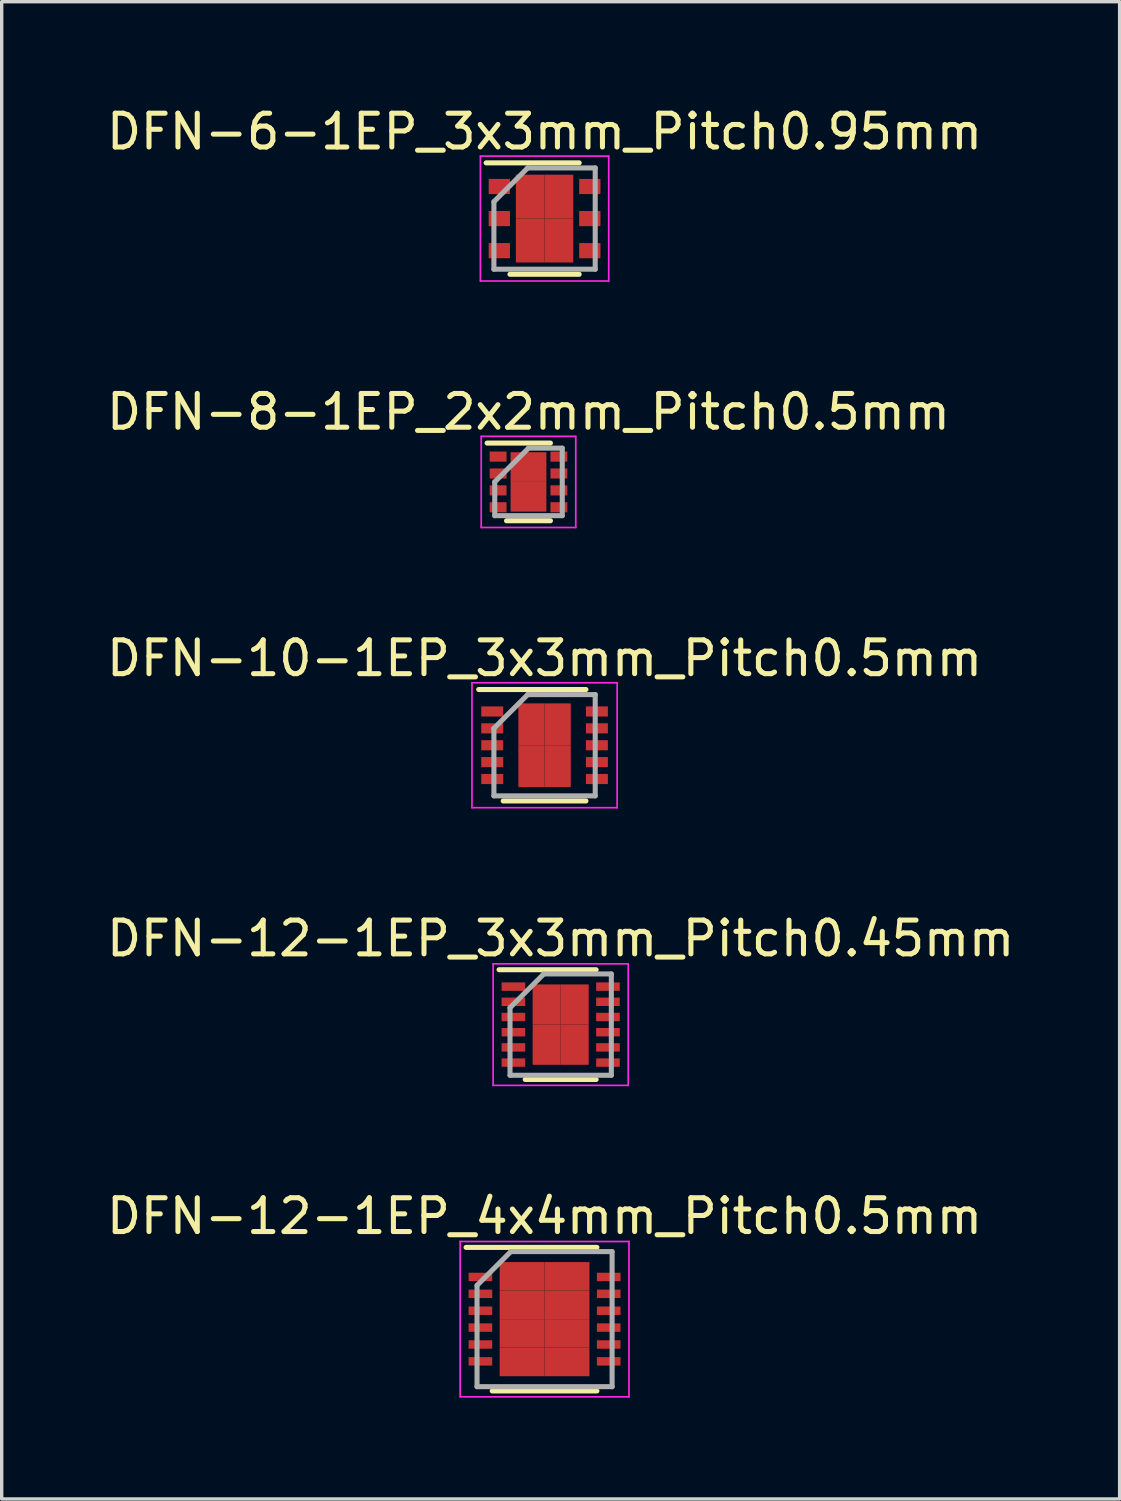
<source format=kicad_pcb>
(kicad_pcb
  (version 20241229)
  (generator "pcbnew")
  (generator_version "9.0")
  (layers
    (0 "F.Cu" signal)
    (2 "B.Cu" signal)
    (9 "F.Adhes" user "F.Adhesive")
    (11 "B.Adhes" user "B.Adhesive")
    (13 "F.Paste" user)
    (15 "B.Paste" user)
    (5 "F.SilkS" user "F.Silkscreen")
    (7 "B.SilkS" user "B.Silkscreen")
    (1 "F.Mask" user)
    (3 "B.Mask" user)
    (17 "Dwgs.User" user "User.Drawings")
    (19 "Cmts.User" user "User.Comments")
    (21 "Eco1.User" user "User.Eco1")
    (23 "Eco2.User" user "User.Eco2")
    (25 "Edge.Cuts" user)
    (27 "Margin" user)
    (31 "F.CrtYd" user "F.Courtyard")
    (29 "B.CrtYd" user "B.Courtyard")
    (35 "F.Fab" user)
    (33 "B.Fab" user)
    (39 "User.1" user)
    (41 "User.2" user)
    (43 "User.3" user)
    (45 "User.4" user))
  (footprint "DFN-8-1EP_2x2mm_Pitch0.5mm"
    (layer "F.Cu")
    (at 12.601 11.222)
    (property "Reference" "DFN-8-1EP_2x2mm_Pitch0.5mm" (at 0 -2.075 0) (layer "F.SilkS") (effects (font (size 1 1) (thickness 0.15))))
    (attr smd)
    (fp_line (start -1.225 -1.15) (end 0.65 -1.15) (stroke (width 0.15) (type solid)) (layer "F.SilkS"))
    (fp_line (start -0.65 1.15) (end 0.65 1.15) (stroke (width 0.15) (type solid)) (layer "F.SilkS"))
    (fp_line (start -1.4 -1.35) (end -1.4 1.35) (stroke (width 0.05) (type solid)) (layer "F.CrtYd"))
    (fp_line (start -1.4 -1.35) (end 1.4 -1.35) (stroke (width 0.05) (type solid)) (layer "F.CrtYd"))
    (fp_line (start -1.4 1.35) (end 1.4 1.35) (stroke (width 0.05) (type solid)) (layer "F.CrtYd"))
    (fp_line (start 1.4 -1.35) (end 1.4 1.35) (stroke (width 0.05) (type solid)) (layer "F.CrtYd"))
    (fp_line (start -1 0) (end 0 -1) (stroke (width 0.15) (type solid)) (layer "F.Fab"))
    (fp_line (start -1 1) (end -1 0) (stroke (width 0.15) (type solid)) (layer "F.Fab"))
    (fp_line (start 0 -1) (end 1 -1) (stroke (width 0.15) (type solid)) (layer "F.Fab"))
    (fp_line (start 1 -1) (end 1 1) (stroke (width 0.15) (type solid)) (layer "F.Fab"))
    (fp_line (start 1 1) (end -1 1) (stroke (width 0.15) (type solid)) (layer "F.Fab"))
    (pad "1" smd rect (at -0.9 -0.75) (size 0.5 0.3) (layers "F.Cu" "F.Mask" "F.Paste"))
    (pad "2" smd rect (at -0.9 -0.25) (size 0.5 0.3) (layers "F.Cu" "F.Mask" "F.Paste"))
    (pad "3" smd rect (at -0.9 0.25) (size 0.5 0.3) (layers "F.Cu" "F.Mask" "F.Paste"))
    (pad "4" smd rect (at -0.9 0.75) (size 0.5 0.3) (layers "F.Cu" "F.Mask" "F.Paste"))
    (pad "5" smd rect (at 0.9 0.75) (size 0.5 0.3) (layers "F.Cu" "F.Mask" "F.Paste"))
    (pad "6" smd rect (at 0.9 0.25) (size 0.5 0.3) (layers "F.Cu" "F.Mask" "F.Paste"))
    (pad "7" smd rect (at 0.9 -0.25) (size 0.5 0.3) (layers "F.Cu" "F.Mask" "F.Paste"))
    (pad "8" smd rect (at 0.9 -0.75) (size 0.5 0.3) (layers "F.Cu" "F.Mask" "F.Paste"))
    (pad "9" smd rect (at 0 -0.44) (size 1.06 0.88) (layers "F.Cu" "F.Mask" "F.Paste"))
    (pad "9" smd rect (at 0 0.44) (size 1.06 0.88) (layers "F.Cu" "F.Mask" "F.Paste")))
  (footprint "DFN-6-1EP_3x3mm_Pitch0.95mm"
    (layer "F.Cu")
    (at 13.077 3.423)
    (property "Reference" "DFN-6-1EP_3x3mm_Pitch0.95mm" (at 0 -2.575 0) (layer "F.SilkS") (effects (font (size 1 1) (thickness 0.15))))
    (attr smd)
    (fp_line (start -1.73 -1.65) (end 1.025 -1.65) (stroke (width 0.15) (type solid)) (layer "F.SilkS"))
    (fp_line (start -1.025 1.65) (end 1.025 1.65) (stroke (width 0.15) (type solid)) (layer "F.SilkS"))
    (fp_line (start -1.9 -1.85) (end -1.9 1.85) (stroke (width 0.05) (type solid)) (layer "F.CrtYd"))
    (fp_line (start -1.9 -1.85) (end 1.9 -1.85) (stroke (width 0.05) (type solid)) (layer "F.CrtYd"))
    (fp_line (start -1.9 1.85) (end 1.9 1.85) (stroke (width 0.05) (type solid)) (layer "F.CrtYd"))
    (fp_line (start 1.9 -1.85) (end 1.9 1.85) (stroke (width 0.05) (type solid)) (layer "F.CrtYd"))
    (fp_line (start -1.5 -0.5) (end -0.5 -1.5) (stroke (width 0.15) (type solid)) (layer "F.Fab"))
    (fp_line (start -1.5 1.5) (end -1.5 -0.5) (stroke (width 0.15) (type solid)) (layer "F.Fab"))
    (fp_line (start -0.5 -1.5) (end 1.5 -1.5) (stroke (width 0.15) (type solid)) (layer "F.Fab"))
    (fp_line (start 1.5 -1.5) (end 1.5 1.5) (stroke (width 0.15) (type solid)) (layer "F.Fab"))
    (fp_line (start 1.5 1.5) (end -1.5 1.5) (stroke (width 0.15) (type solid)) (layer "F.Fab"))
    (pad "1" smd rect (at -1.34 -0.95) (size 0.63 0.45) (layers "F.Cu" "F.Mask" "F.Paste"))
    (pad "2" smd rect (at -1.34 0) (size 0.63 0.45) (layers "F.Cu" "F.Mask" "F.Paste"))
    (pad "3" smd rect (at -1.34 0.95) (size 0.63 0.45) (layers "F.Cu" "F.Mask" "F.Paste"))
    (pad "4" smd rect (at 1.34 0.95) (size 0.63 0.45) (layers "F.Cu" "F.Mask" "F.Paste"))
    (pad "5" smd rect (at 1.34 0) (size 0.63 0.45) (layers "F.Cu" "F.Mask" "F.Paste"))
    (pad "6" smd rect (at 1.34 -0.95) (size 0.63 0.45) (layers "F.Cu" "F.Mask" "F.Paste"))
    (pad "7" smd rect (at -0.425 -0.65) (size 0.85 1.3) (layers "F.Cu" "F.Mask" "F.Paste"))
    (pad "7" smd rect (at -0.425 0.65) (size 0.85 1.3) (layers "F.Cu" "F.Mask" "F.Paste"))
    (pad "7" smd rect (at 0.425 -0.65) (size 0.85 1.3) (layers "F.Cu" "F.Mask" "F.Paste"))
    (pad "7" smd rect (at 0.425 0.65) (size 0.85 1.3) (layers "F.Cu" "F.Mask" "F.Paste")))
  (footprint "DFN-12-1EP_4x4mm_Pitch0.5mm"
    (layer "F.Cu")
    (at 13.077 36.016)
    (property "Reference" "DFN-12-1EP_4x4mm_Pitch0.5mm" (at 0 -3.05 0) (layer "F.SilkS") (effects (font (size 1 1) (thickness 0.15))))
    (attr smd)
    (fp_line (start -2.325 -2.125) (end 1.55 -2.125) (stroke (width 0.15) (type solid)) (layer "F.SilkS"))
    (fp_line (start -1.55 2.125) (end 1.55 2.125) (stroke (width 0.15) (type solid)) (layer "F.SilkS"))
    (fp_line (start -2.5 -2.3) (end -2.5 2.3) (stroke (width 0.05) (type solid)) (layer "F.CrtYd"))
    (fp_line (start -2.5 -2.3) (end 2.5 -2.3) (stroke (width 0.05) (type solid)) (layer "F.CrtYd"))
    (fp_line (start -2.5 2.3) (end 2.5 2.3) (stroke (width 0.05) (type solid)) (layer "F.CrtYd"))
    (fp_line (start 2.5 -2.3) (end 2.5 2.3) (stroke (width 0.05) (type solid)) (layer "F.CrtYd"))
    (fp_line (start -2 -1) (end -1 -2) (stroke (width 0.15) (type solid)) (layer "F.Fab"))
    (fp_line (start -2 2) (end -2 -1) (stroke (width 0.15) (type solid)) (layer "F.Fab"))
    (fp_line (start -1 -2) (end 2 -2) (stroke (width 0.15) (type solid)) (layer "F.Fab"))
    (fp_line (start 2 -2) (end 2 2) (stroke (width 0.15) (type solid)) (layer "F.Fab"))
    (fp_line (start 2 2) (end -2 2) (stroke (width 0.15) (type solid)) (layer "F.Fab"))
    (pad "1" smd rect (at -1.9 -1.25) (size 0.7 0.25) (layers "F.Cu" "F.Mask" "F.Paste"))
    (pad "2" smd rect (at -1.9 -0.75) (size 0.7 0.25) (layers "F.Cu" "F.Mask" "F.Paste"))
    (pad "3" smd rect (at -1.9 -0.25) (size 0.7 0.25) (layers "F.Cu" "F.Mask" "F.Paste"))
    (pad "4" smd rect (at -1.9 0.25) (size 0.7 0.25) (layers "F.Cu" "F.Mask" "F.Paste"))
    (pad "5" smd rect (at -1.9 0.75) (size 0.7 0.25) (layers "F.Cu" "F.Mask" "F.Paste"))
    (pad "6" smd rect (at -1.9 1.25) (size 0.7 0.25) (layers "F.Cu" "F.Mask" "F.Paste"))
    (pad "7" smd rect (at 1.9 1.25) (size 0.7 0.25) (layers "F.Cu" "F.Mask" "F.Paste"))
    (pad "8" smd rect (at 1.9 0.75) (size 0.7 0.25) (layers "F.Cu" "F.Mask" "F.Paste"))
    (pad "9" smd rect (at 1.9 0.25) (size 0.7 0.25) (layers "F.Cu" "F.Mask" "F.Paste"))
    (pad "10" smd rect (at 1.9 -0.25) (size 0.7 0.25) (layers "F.Cu" "F.Mask" "F.Paste"))
    (pad "11" smd rect (at 1.9 -0.75) (size 0.7 0.25) (layers "F.Cu" "F.Mask" "F.Paste"))
    (pad "12" smd rect (at 1.9 -1.25) (size 0.7 0.25) (layers "F.Cu" "F.Mask" "F.Paste"))
    (pad "13" smd rect (at -0.665 -1.268) (size 1.33 0.845) (layers "F.Cu" "F.Mask" "F.Paste"))
    (pad "13" smd rect (at -0.665 -0.422) (size 1.33 0.845) (layers "F.Cu" "F.Mask" "F.Paste"))
    (pad "13" smd rect (at -0.665 0.422) (size 1.33 0.845) (layers "F.Cu" "F.Mask" "F.Paste"))
    (pad "13" smd rect (at -0.665 1.268) (size 1.33 0.845) (layers "F.Cu" "F.Mask" "F.Paste"))
    (pad "13" smd rect (at 0.665 -1.268) (size 1.33 0.845) (layers "F.Cu" "F.Mask" "F.Paste"))
    (pad "13" smd rect (at 0.665 -0.422) (size 1.33 0.845) (layers "F.Cu" "F.Mask" "F.Paste"))
    (pad "13" smd rect (at 0.665 0.422) (size 1.33 0.845) (layers "F.Cu" "F.Mask" "F.Paste"))
    (pad "13" smd rect (at 0.665 1.268) (size 1.33 0.845) (layers "F.Cu" "F.Mask" "F.Paste")))
  (footprint "DFN-10-1EP_3x3mm_Pitch0.5mm"
    (layer "F.Cu")
    (at 13.077 19.02)
    (property "Reference" "DFN-10-1EP_3x3mm_Pitch0.5mm" (at 0 -2.575 0) (layer "F.SilkS") (effects (font (size 1 1) (thickness 0.15))))
    (attr smd)
    (fp_line (start -1.95 -1.65) (end 1.225 -1.65) (stroke (width 0.15) (type solid)) (layer "F.SilkS"))
    (fp_line (start -1.225 1.65) (end 1.225 1.65) (stroke (width 0.15) (type solid)) (layer "F.SilkS"))
    (fp_line (start -2.15 -1.85) (end -2.15 1.85) (stroke (width 0.05) (type solid)) (layer "F.CrtYd"))
    (fp_line (start -2.15 -1.85) (end 2.15 -1.85) (stroke (width 0.05) (type solid)) (layer "F.CrtYd"))
    (fp_line (start -2.15 1.85) (end 2.15 1.85) (stroke (width 0.05) (type solid)) (layer "F.CrtYd"))
    (fp_line (start 2.15 -1.85) (end 2.15 1.85) (stroke (width 0.05) (type solid)) (layer "F.CrtYd"))
    (fp_line (start -1.5 -0.5) (end -0.5 -1.5) (stroke (width 0.15) (type solid)) (layer "F.Fab"))
    (fp_line (start -1.5 1.5) (end -1.5 -0.5) (stroke (width 0.15) (type solid)) (layer "F.Fab"))
    (fp_line (start -0.5 -1.5) (end 1.5 -1.5) (stroke (width 0.15) (type solid)) (layer "F.Fab"))
    (fp_line (start 1.5 -1.5) (end 1.5 1.5) (stroke (width 0.15) (type solid)) (layer "F.Fab"))
    (fp_line (start 1.5 1.5) (end -1.5 1.5) (stroke (width 0.15) (type solid)) (layer "F.Fab"))
    (pad "1" smd rect (at -1.55 -1) (size 0.65 0.3) (layers "F.Cu" "F.Mask" "F.Paste"))
    (pad "2" smd rect (at -1.55 -0.5) (size 0.65 0.3) (layers "F.Cu" "F.Mask" "F.Paste"))
    (pad "3" smd rect (at -1.55 0) (size 0.65 0.3) (layers "F.Cu" "F.Mask" "F.Paste"))
    (pad "4" smd rect (at -1.55 0.5) (size 0.65 0.3) (layers "F.Cu" "F.Mask" "F.Paste"))
    (pad "5" smd rect (at -1.55 1) (size 0.65 0.3) (layers "F.Cu" "F.Mask" "F.Paste"))
    (pad "6" smd rect (at 1.55 1) (size 0.65 0.3) (layers "F.Cu" "F.Mask" "F.Paste"))
    (pad "7" smd rect (at 1.55 0.5) (size 0.65 0.3) (layers "F.Cu" "F.Mask" "F.Paste"))
    (pad "8" smd rect (at 1.55 0) (size 0.65 0.3) (layers "F.Cu" "F.Mask" "F.Paste"))
    (pad "9" smd rect (at 1.55 -0.5) (size 0.65 0.3) (layers "F.Cu" "F.Mask" "F.Paste"))
    (pad "10" smd rect (at 1.55 -1) (size 0.65 0.3) (layers "F.Cu" "F.Mask" "F.Paste"))
    (pad "11" smd rect (at -0.388 -0.62) (size 0.775 1.24) (layers "F.Cu" "F.Mask" "F.Paste"))
    (pad "11" smd rect (at -0.388 0.62) (size 0.775 1.24) (layers "F.Cu" "F.Mask" "F.Paste"))
    (pad "11" smd rect (at 0.388 -0.62) (size 0.775 1.24) (layers "F.Cu" "F.Mask" "F.Paste"))
    (pad "11" smd rect (at 0.388 0.62) (size 0.775 1.24) (layers "F.Cu" "F.Mask" "F.Paste")))
  (footprint "DFN-12-1EP_3x3mm_Pitch0.45mm"
    (layer "F.Cu")
    (at 13.554 27.293)
    (property "Reference" "DFN-12-1EP_3x3mm_Pitch0.45mm" (at 0 -2.55 0) (layer "F.SilkS") (effects (font (size 1 1) (thickness 0.15))))
    (attr smd)
    (fp_line (start -1.825 -1.625) (end 1.05 -1.625) (stroke (width 0.15) (type solid)) (layer "F.SilkS"))
    (fp_line (start -1.05 1.625) (end 1.05 1.625) (stroke (width 0.15) (type solid)) (layer "F.SilkS"))
    (fp_line (start -2 -1.8) (end -2 1.8) (stroke (width 0.05) (type solid)) (layer "F.CrtYd"))
    (fp_line (start -2 -1.8) (end 2 -1.8) (stroke (width 0.05) (type solid)) (layer "F.CrtYd"))
    (fp_line (start -2 1.8) (end 2 1.8) (stroke (width 0.05) (type solid)) (layer "F.CrtYd"))
    (fp_line (start 2 -1.8) (end 2 1.8) (stroke (width 0.05) (type solid)) (layer "F.CrtYd"))
    (fp_line (start -1.5 -0.5) (end -0.5 -1.5) (stroke (width 0.15) (type solid)) (layer "F.Fab"))
    (fp_line (start -1.5 1.5) (end -1.5 -0.5) (stroke (width 0.15) (type solid)) (layer "F.Fab"))
    (fp_line (start -0.5 -1.5) (end 1.5 -1.5) (stroke (width 0.15) (type solid)) (layer "F.Fab"))
    (fp_line (start 1.5 -1.5) (end 1.5 1.5) (stroke (width 0.15) (type solid)) (layer "F.Fab"))
    (fp_line (start 1.5 1.5) (end -1.5 1.5) (stroke (width 0.15) (type solid)) (layer "F.Fab"))
    (pad "1" smd rect (at -1.4 -1.125) (size 0.7 0.25) (layers "F.Cu" "F.Mask" "F.Paste"))
    (pad "2" smd rect (at -1.4 -0.675) (size 0.7 0.25) (layers "F.Cu" "F.Mask" "F.Paste"))
    (pad "3" smd rect (at -1.4 -0.225) (size 0.7 0.25) (layers "F.Cu" "F.Mask" "F.Paste"))
    (pad "4" smd rect (at -1.4 0.225) (size 0.7 0.25) (layers "F.Cu" "F.Mask" "F.Paste"))
    (pad "5" smd rect (at -1.4 0.675) (size 0.7 0.25) (layers "F.Cu" "F.Mask" "F.Paste"))
    (pad "6" smd rect (at -1.4 1.125) (size 0.7 0.25) (layers "F.Cu" "F.Mask" "F.Paste"))
    (pad "7" smd rect (at 1.4 1.125) (size 0.7 0.25) (layers "F.Cu" "F.Mask" "F.Paste"))
    (pad "8" smd rect (at 1.4 0.675) (size 0.7 0.25) (layers "F.Cu" "F.Mask" "F.Paste"))
    (pad "9" smd rect (at 1.4 0.225) (size 0.7 0.25) (layers "F.Cu" "F.Mask" "F.Paste"))
    (pad "10" smd rect (at 1.4 -0.225) (size 0.7 0.25) (layers "F.Cu" "F.Mask" "F.Paste"))
    (pad "11" smd rect (at 1.4 -0.675) (size 0.7 0.25) (layers "F.Cu" "F.Mask" "F.Paste"))
    (pad "12" smd rect (at 1.4 -1.125) (size 0.7 0.25) (layers "F.Cu" "F.Mask" "F.Paste"))
    (pad "13" smd rect (at -0.415 -0.595) (size 0.83 1.19) (layers "F.Cu" "F.Mask" "F.Paste"))
    (pad "13" smd rect (at -0.415 0.595) (size 0.83 1.19) (layers "F.Cu" "F.Mask" "F.Paste"))
    (pad "13" smd rect (at 0.415 -0.595) (size 0.83 1.19) (layers "F.Cu" "F.Mask" "F.Paste"))
    (pad "13" smd rect (at 0.415 0.595) (size 0.83 1.19) (layers "F.Cu" "F.Mask" "F.Paste")))
  (gr_rect
    (start -3 -3)
    (end 30.107 41.341)
    (stroke (width 0.1) (type default))
    (fill no)
    (layer "Edge.Cuts")))
</source>
